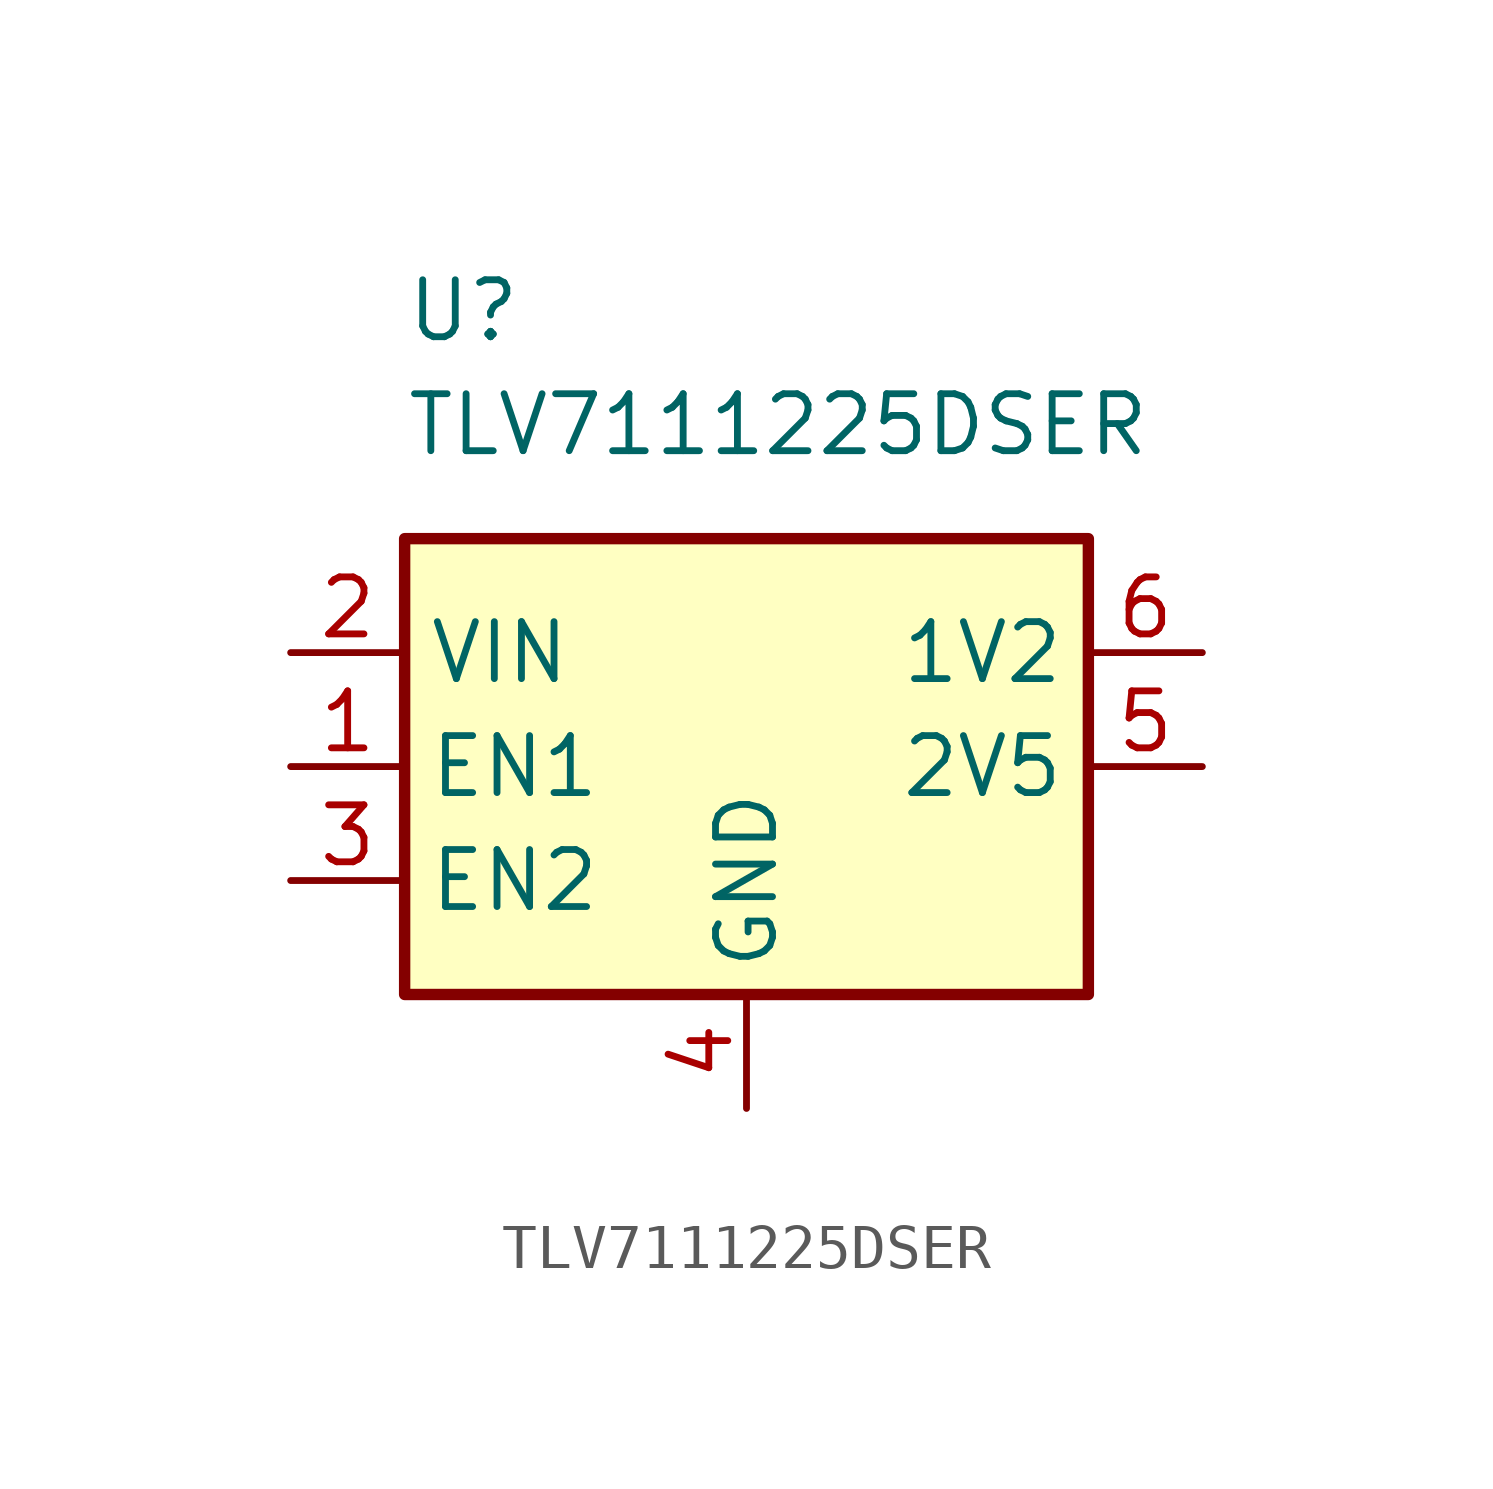
<source format=kicad_sym>
(kicad_symbol_lib
  (version 20231120)
  (generator "kicad_symbol_editor")
  (generator_version "8.0")
  (symbol "TLV7111225DSER"
    (property "Reference" "U"
      (at -7.62 10.16 0)
      (effects (font (size 1.27 1.27)) (justify left)))
    (property "Value" "TLV7111225DSER"
      (at -7.62 7.62 0)
      (effects (font (size 1.27 1.27)) (justify left)))
    (symbol "TLV7111225DSER_1_1"
      (rectangle (start -7.62 5.08) (end 7.62 -5.08) (stroke (width 0.254) (type default)) (fill (type background)))
      (pin input line (at -10.16 0 0) (length 2.54) (name "EN1" (effects (font (size 1.27 1.27)))) (number "1" (effects (font (size 1.27 1.27)))))
      (pin power_in line (at -10.16 2.54 0) (length 2.54) (name "VIN" (effects (font (size 1.27 1.27)))) (number "2" (effects (font (size 1.27 1.27)))))
      (pin input line (at -10.16 -2.54 0) (length 2.54) (name "EN2" (effects (font (size 1.27 1.27)))) (number "3" (effects (font (size 1.27 1.27)))))
      (pin power_in line (at 0 -7.62 90) (length 2.54) (name "GND" (effects (font (size 1.27 1.27)))) (number "4" (effects (font (size 1.27 1.27)))))
      (pin power_out line (at 10.16 0 180) (length 2.54) (name "2V5" (effects (font (size 1.27 1.27)))) (number "5" (effects (font (size 1.27 1.27)))))
      (pin power_out line (at 10.16 2.54 180) (length 2.54) (name "1V2" (effects (font (size 1.27 1.27)))) (number "6" (effects (font (size 1.27 1.27))))))))
</source>
